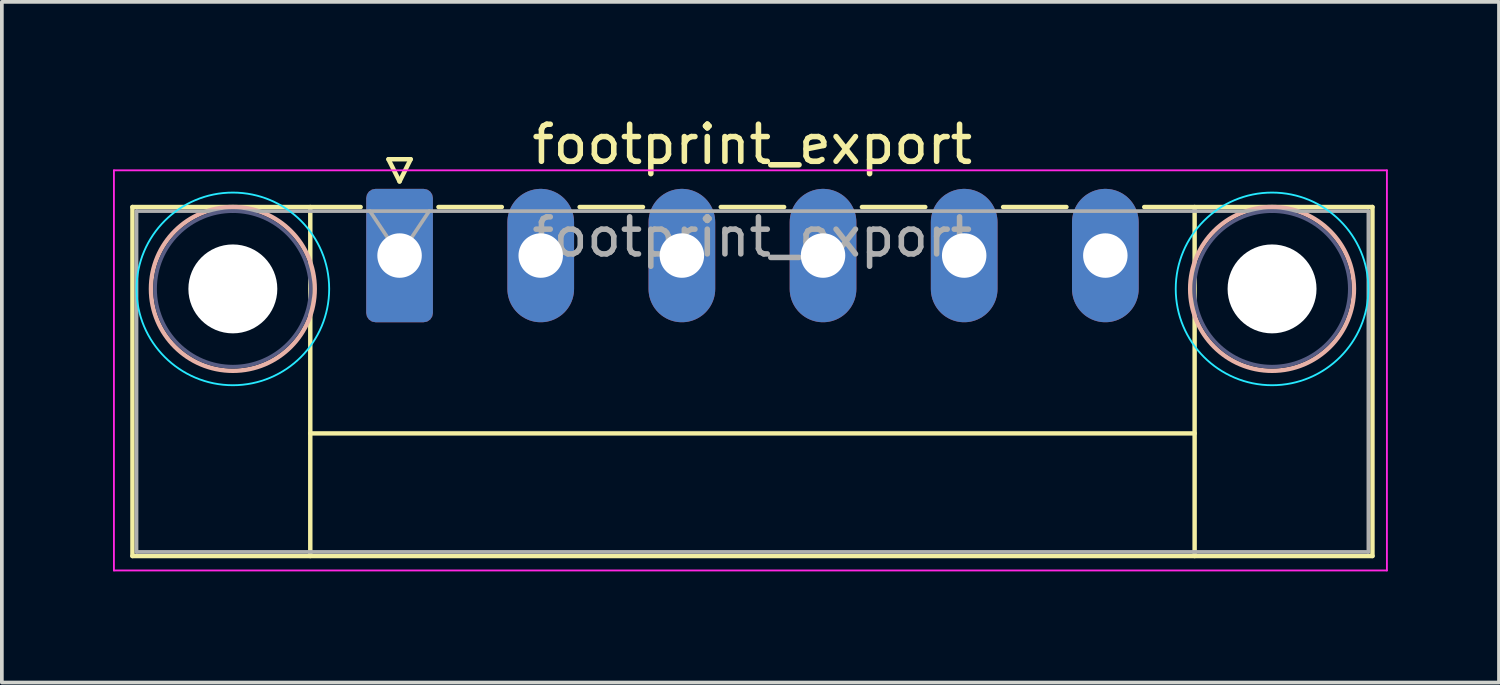
<source format=kicad_pcb>
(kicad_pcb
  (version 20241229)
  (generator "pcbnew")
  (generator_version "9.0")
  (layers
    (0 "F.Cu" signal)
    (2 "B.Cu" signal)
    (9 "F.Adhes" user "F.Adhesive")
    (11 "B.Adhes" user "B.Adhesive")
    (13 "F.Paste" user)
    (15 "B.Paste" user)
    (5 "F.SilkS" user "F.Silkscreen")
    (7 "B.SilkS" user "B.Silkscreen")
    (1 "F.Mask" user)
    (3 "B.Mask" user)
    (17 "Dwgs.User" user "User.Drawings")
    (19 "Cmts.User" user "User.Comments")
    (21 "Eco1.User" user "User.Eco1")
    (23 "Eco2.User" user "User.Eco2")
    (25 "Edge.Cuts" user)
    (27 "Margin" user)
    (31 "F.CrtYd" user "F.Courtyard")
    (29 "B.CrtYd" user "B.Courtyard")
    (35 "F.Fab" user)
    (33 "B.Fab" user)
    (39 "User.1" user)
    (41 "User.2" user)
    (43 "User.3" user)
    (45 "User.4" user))
  (footprint "footprint_export"
    (layer "F.Cu")
    (at 7.735 3.848)
    (property "Reference" "footprint_export" (at 9.52 -3 0) (layer "F.SilkS") (effects (font (size 1 1) (thickness 0.15))))
    (attr through_hole)
    (fp_line (start -7.21 -1.31) (end -7.21 8.11) (stroke (width 0.12) (type solid)) (layer "F.SilkS"))
    (fp_line (start -7.21 -1.31) (end -1.05 -1.31) (stroke (width 0.12) (type solid)) (layer "F.SilkS"))
    (fp_line (start -7.21 8.11) (end 26.26 8.11) (stroke (width 0.12) (type solid)) (layer "F.SilkS"))
    (fp_line (start -2.41 -1.31) (end -2.41 8.11) (stroke (width 0.12) (type solid)) (layer "F.SilkS"))
    (fp_line (start -2.41 4.8) (end 21.46 4.8) (stroke (width 0.12) (type solid)) (layer "F.SilkS"))
    (fp_line (start -0.3 -2.6) (end 0.3 -2.6) (stroke (width 0.12) (type solid)) (layer "F.SilkS"))
    (fp_line (start 0 -2) (end -0.3 -2.6) (stroke (width 0.12) (type solid)) (layer "F.SilkS"))
    (fp_line (start 0.3 -2.6) (end 0 -2) (stroke (width 0.12) (type solid)) (layer "F.SilkS"))
    (fp_line (start 1.05 -1.31) (end 2.76 -1.31) (stroke (width 0.12) (type solid)) (layer "F.SilkS"))
    (fp_line (start 4.86 -1.31) (end 6.57 -1.31) (stroke (width 0.12) (type solid)) (layer "F.SilkS"))
    (fp_line (start 8.67 -1.31) (end 10.38 -1.31) (stroke (width 0.12) (type solid)) (layer "F.SilkS"))
    (fp_line (start 12.48 -1.31) (end 14.19 -1.31) (stroke (width 0.12) (type solid)) (layer "F.SilkS"))
    (fp_line (start 16.29 -1.31) (end 18 -1.31) (stroke (width 0.12) (type solid)) (layer "F.SilkS"))
    (fp_line (start 21.46 -1.31) (end 21.46 8.11) (stroke (width 0.12) (type solid)) (layer "F.SilkS"))
    (fp_line (start 26.26 -1.31) (end 20.1 -1.31) (stroke (width 0.12) (type solid)) (layer "F.SilkS"))
    (fp_line (start 26.26 8.11) (end 26.26 -1.31) (stroke (width 0.12) (type solid)) (layer "F.SilkS"))
    (fp_circle (center -4.5 0.9) (end -2.29 0.9) (stroke (width 0.12) (type solid)) (fill no) (layer "B.SilkS"))
    (fp_circle (center 23.55 0.9) (end 25.76 0.9) (stroke (width 0.12) (type solid)) (fill no) (layer "B.SilkS"))
    (fp_circle (center -4.5 0.9) (end -1.9 0.9) (stroke (width 0.05) (type solid)) (fill no) (layer "B.CrtYd"))
    (fp_circle (center 23.55 0.9) (end 26.15 0.9) (stroke (width 0.05) (type solid)) (fill no) (layer "B.CrtYd"))
    (fp_line (start -7.71 -2.3) (end -7.71 8.5) (stroke (width 0.05) (type solid)) (layer "F.CrtYd"))
    (fp_line (start -7.71 8.5) (end 26.65 8.5) (stroke (width 0.05) (type solid)) (layer "F.CrtYd"))
    (fp_line (start 26.65 -2.3) (end -7.71 -2.3) (stroke (width 0.05) (type solid)) (layer "F.CrtYd"))
    (fp_line (start 26.65 8.5) (end 26.65 -2.3) (stroke (width 0.05) (type solid)) (layer "F.CrtYd"))
    (fp_circle (center -4.5 0.9) (end -2.4 0.9) (stroke (width 0.1) (type solid)) (fill no) (layer "B.Fab"))
    (fp_circle (center 23.55 0.9) (end 25.65 0.9) (stroke (width 0.1) (type solid)) (fill no) (layer "B.Fab"))
    (fp_line (start -7.1 -1.2) (end -7.1 8) (stroke (width 0.1) (type solid)) (layer "F.Fab"))
    (fp_line (start -7.1 8) (end 26.15 8) (stroke (width 0.1) (type solid)) (layer "F.Fab"))
    (fp_line (start 0 0) (end -0.8 -1.2) (stroke (width 0.1) (type solid)) (layer "F.Fab"))
    (fp_line (start 0.8 -1.2) (end 0 0) (stroke (width 0.1) (type solid)) (layer "F.Fab"))
    (fp_line (start 26.15 -1.2) (end -7.1 -1.2) (stroke (width 0.1) (type solid)) (layer "F.Fab"))
    (fp_line (start 26.15 8) (end 26.15 -1.2) (stroke (width 0.1) (type solid)) (layer "F.Fab"))
    (fp_text user "${REFERENCE}" (at 9.52 -0.5 0) (layer "F.Fab") (effects (font (size 1 1) (thickness 0.15))))
    (pad "" np_thru_hole circle (at -4.5 0.9) (size 2.4 2.4) (drill 2.4) (layers "*.Cu" "*.Mask"))
    (pad "" np_thru_hole circle (at 23.55 0.9) (size 2.4 2.4) (drill 2.4) (layers "*.Cu" "*.Mask"))
    (pad "1" thru_hole roundrect (at 0 0) (size 1.8 3.6) (drill 1.2) (layers "*.Cu" "*.Mask") (roundrect_rratio 0.139))
    (pad "2" thru_hole oval (at 3.81 0) (size 1.8 3.6) (drill 1.2) (layers "*.Cu" "*.Mask"))
    (pad "3" thru_hole oval (at 7.62 0) (size 1.8 3.6) (drill 1.2) (layers "*.Cu" "*.Mask"))
    (pad "4" thru_hole oval (at 11.43 0) (size 1.8 3.6) (drill 1.2) (layers "*.Cu" "*.Mask"))
    (pad "5" thru_hole oval (at 15.24 0) (size 1.8 3.6) (drill 1.2) (layers "*.Cu" "*.Mask"))
    (pad "6" thru_hole oval (at 19.05 0) (size 1.8 3.6) (drill 1.2) (layers "*.Cu" "*.Mask")))
  (gr_rect
    (start -3 -3)
    (end 37.41 15.373)
    (stroke (width 0.1) (type default))
    (fill no)
    (layer "Edge.Cuts")))
</source>
